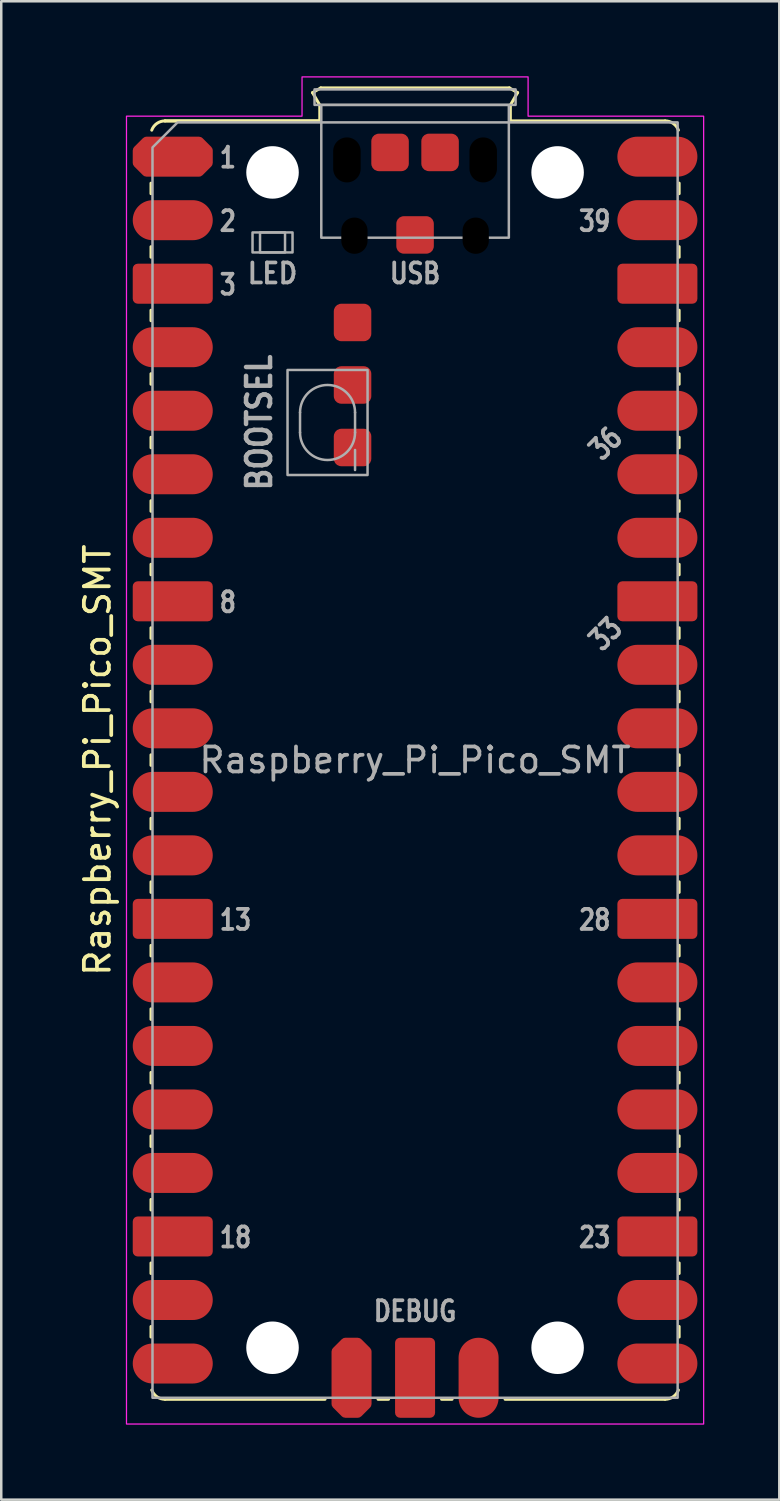
<source format=kicad_pcb>
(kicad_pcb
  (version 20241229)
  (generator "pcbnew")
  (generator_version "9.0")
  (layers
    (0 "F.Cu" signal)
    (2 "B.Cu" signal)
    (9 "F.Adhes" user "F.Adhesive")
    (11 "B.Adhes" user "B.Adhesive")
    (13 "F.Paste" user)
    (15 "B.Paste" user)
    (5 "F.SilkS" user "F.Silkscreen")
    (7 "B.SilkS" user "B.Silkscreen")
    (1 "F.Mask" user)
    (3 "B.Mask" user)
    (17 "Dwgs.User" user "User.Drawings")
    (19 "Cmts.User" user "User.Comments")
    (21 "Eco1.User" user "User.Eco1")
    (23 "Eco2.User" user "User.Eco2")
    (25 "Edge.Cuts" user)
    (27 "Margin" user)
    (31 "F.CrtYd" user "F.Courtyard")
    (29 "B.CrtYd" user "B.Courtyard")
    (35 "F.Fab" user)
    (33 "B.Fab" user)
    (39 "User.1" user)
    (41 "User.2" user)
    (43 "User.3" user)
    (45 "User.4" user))
  (footprint "Raspberry_Pi_Pico_SMT"
    (layer "F.Cu")
    (at 4.658 3.215)
    (property "Reference" "Raspberry_Pi_Pico_SMT" (at -3.81 24.13 270) (layer "F.SilkS") (effects (font (size 1 1) (thickness 0.15))))
    (attr through_hole)
    (fp_line (start -1.67 1.06) (end -1.67 1.48) (stroke (width 0.12) (type solid)) (layer "F.SilkS"))
    (fp_line (start -1.67 3.6) (end -1.67 4.02) (stroke (width 0.12) (type solid)) (layer "F.SilkS"))
    (fp_line (start -1.67 6.14) (end -1.67 6.56) (stroke (width 0.12) (type solid)) (layer "F.SilkS"))
    (fp_line (start -1.67 8.68) (end -1.67 9.1) (stroke (width 0.12) (type solid)) (layer "F.SilkS"))
    (fp_line (start -1.67 11.22) (end -1.67 11.64) (stroke (width 0.12) (type solid)) (layer "F.SilkS"))
    (fp_line (start -1.67 13.76) (end -1.67 14.18) (stroke (width 0.12) (type solid)) (layer "F.SilkS"))
    (fp_line (start -1.67 16.3) (end -1.67 16.72) (stroke (width 0.12) (type solid)) (layer "F.SilkS"))
    (fp_line (start -1.67 18.84) (end -1.67 19.26) (stroke (width 0.12) (type solid)) (layer "F.SilkS"))
    (fp_line (start -1.67 21.38) (end -1.67 21.8) (stroke (width 0.12) (type solid)) (layer "F.SilkS"))
    (fp_line (start -1.67 23.92) (end -1.67 24.34) (stroke (width 0.12) (type solid)) (layer "F.SilkS"))
    (fp_line (start -1.67 26.46) (end -1.67 26.88) (stroke (width 0.12) (type solid)) (layer "F.SilkS"))
    (fp_line (start -1.67 29) (end -1.67 29.42) (stroke (width 0.12) (type solid)) (layer "F.SilkS"))
    (fp_line (start -1.67 31.54) (end -1.67 31.96) (stroke (width 0.12) (type solid)) (layer "F.SilkS"))
    (fp_line (start -1.67 34.08) (end -1.67 34.5) (stroke (width 0.12) (type solid)) (layer "F.SilkS"))
    (fp_line (start -1.67 36.62) (end -1.67 37.04) (stroke (width 0.12) (type solid)) (layer "F.SilkS"))
    (fp_line (start -1.67 39.16) (end -1.67 39.58) (stroke (width 0.12) (type solid)) (layer "F.SilkS"))
    (fp_line (start -1.67 41.7) (end -1.67 42.12) (stroke (width 0.12) (type solid)) (layer "F.SilkS"))
    (fp_line (start -1.67 44.24) (end -1.67 44.66) (stroke (width 0.12) (type solid)) (layer "F.SilkS"))
    (fp_line (start -1.67 46.78) (end -1.67 47.2) (stroke (width 0.12) (type solid)) (layer "F.SilkS"))
    (fp_line (start -1.11 -1.43) (end 5.08 -1.43) (stroke (width 0.12) (type solid)) (layer "F.SilkS"))
    (fp_line (start -1.11 49.69) (end 5.29 49.69) (stroke (width 0.12) (type solid)) (layer "F.SilkS"))
    (fp_line (start 4.79 -2.56) (end 5.12 -2.75) (stroke (width 0.12) (type solid)) (layer "F.SilkS"))
    (fp_line (start 5.08 -2.06) (end 4.79 -2.56) (stroke (width 0.12) (type solid)) (layer "F.SilkS"))
    (fp_line (start 5.08 -1.43) (end -1.11 -1.43) (stroke (width 0.12) (type solid)) (layer "F.SilkS"))
    (fp_line (start 5.08 -1.43) (end 5.08 -2.06) (stroke (width 0.12) (type solid)) (layer "F.SilkS"))
    (fp_line (start 5.12 -2.75) (end 12.66 -2.75) (stroke (width 0.12) (type solid)) (layer "F.SilkS"))
    (fp_line (start 7.41 49.69) (end 7.83 49.69) (stroke (width 0.12) (type solid)) (layer "F.SilkS"))
    (fp_line (start 9.95 49.69) (end 10.37 49.69) (stroke (width 0.12) (type solid)) (layer "F.SilkS"))
    (fp_line (start 12.49 49.69) (end 18.89 49.69) (stroke (width 0.12) (type solid)) (layer "F.SilkS"))
    (fp_line (start 12.66 -2.75) (end 12.99 -2.56) (stroke (width 0.12) (type solid)) (layer "F.SilkS"))
    (fp_line (start 12.7 -2.06) (end 12.7 -1.43) (stroke (width 0.12) (type solid)) (layer "F.SilkS"))
    (fp_line (start 12.99 -2.56) (end 12.7 -2.06) (stroke (width 0.12) (type solid)) (layer "F.SilkS"))
    (fp_line (start 18.89 -1.43) (end 12.7 -1.43) (stroke (width 0.12) (type solid)) (layer "F.SilkS"))
    (fp_line (start 19.45 1.06) (end 19.45 1.48) (stroke (width 0.12) (type solid)) (layer "F.SilkS"))
    (fp_line (start 19.45 3.6) (end 19.45 4.02) (stroke (width 0.12) (type solid)) (layer "F.SilkS"))
    (fp_line (start 19.45 6.14) (end 19.45 6.56) (stroke (width 0.12) (type solid)) (layer "F.SilkS"))
    (fp_line (start 19.45 8.68) (end 19.45 9.1) (stroke (width 0.12) (type solid)) (layer "F.SilkS"))
    (fp_line (start 19.45 11.22) (end 19.45 11.64) (stroke (width 0.12) (type solid)) (layer "F.SilkS"))
    (fp_line (start 19.45 13.76) (end 19.45 14.18) (stroke (width 0.12) (type solid)) (layer "F.SilkS"))
    (fp_line (start 19.45 16.3) (end 19.45 16.72) (stroke (width 0.12) (type solid)) (layer "F.SilkS"))
    (fp_line (start 19.45 18.84) (end 19.45 19.26) (stroke (width 0.12) (type solid)) (layer "F.SilkS"))
    (fp_line (start 19.45 21.38) (end 19.45 21.8) (stroke (width 0.12) (type solid)) (layer "F.SilkS"))
    (fp_line (start 19.45 23.92) (end 19.45 24.34) (stroke (width 0.12) (type solid)) (layer "F.SilkS"))
    (fp_line (start 19.45 26.46) (end 19.45 26.88) (stroke (width 0.12) (type solid)) (layer "F.SilkS"))
    (fp_line (start 19.45 29) (end 19.45 29.42) (stroke (width 0.12) (type solid)) (layer "F.SilkS"))
    (fp_line (start 19.45 31.54) (end 19.45 31.96) (stroke (width 0.12) (type solid)) (layer "F.SilkS"))
    (fp_line (start 19.45 34.08) (end 19.45 34.5) (stroke (width 0.12) (type solid)) (layer "F.SilkS"))
    (fp_line (start 19.45 36.62) (end 19.45 37.04) (stroke (width 0.12) (type solid)) (layer "F.SilkS"))
    (fp_line (start 19.45 39.16) (end 19.45 39.58) (stroke (width 0.12) (type solid)) (layer "F.SilkS"))
    (fp_line (start 19.45 41.7) (end 19.45 42.12) (stroke (width 0.12) (type solid)) (layer "F.SilkS"))
    (fp_line (start 19.45 44.24) (end 19.45 44.66) (stroke (width 0.12) (type solid)) (layer "F.SilkS"))
    (fp_line (start 19.45 46.78) (end 19.45 47.2) (stroke (width 0.12) (type solid)) (layer "F.SilkS"))
    (fp_arc (start -1.64 -1.06) (mid -1.433508 -1.328808) (end -1.11 -1.43) (stroke (width 0.12) (type solid)) (layer "F.SilkS"))
    (fp_arc (start -1.11 49.69) (mid -1.433508 49.588809) (end -1.64 49.32) (stroke (width 0.12) (type solid)) (layer "F.SilkS"))
    (fp_arc (start 18.89 -1.43) (mid 19.213508 -1.328809) (end 19.42 -1.06) (stroke (width 0.12) (type solid)) (layer "F.SilkS"))
    (fp_arc (start 19.42 49.32) (mid 19.213508 49.588808) (end 18.89 49.69) (stroke (width 0.12) (type solid)) (layer "F.SilkS"))
    (fp_poly (pts (xy 13.41 -1.62) (xy 20.43 -1.62) (xy 20.43 50.68) (xy -2.65 50.68) (xy -2.65 -1.62) (xy 4.37 -1.62) (xy 4.37 -3.19) (xy 13.41 -3.19)) (stroke (width 0.05) (type solid)) (fill no) (layer "F.CrtYd"))
    (fp_line (start 4.29 10.23) (end 4.29 11.03) (stroke (width 0.1) (type solid)) (layer "F.Fab"))
    (fp_line (start 6.49 10.23) (end 6.49 11.03) (stroke (width 0.1) (type solid)) (layer "F.Fab"))
    (fp_line (start 6.49 11.73) (end 6.49 12.53) (stroke (width 0.1) (type solid)) (layer "F.Fab"))
    (fp_rect (start 2.39 3.03) (end 3.99 3.83) (stroke (width 0.1) (type solid)) (fill no) (layer "F.Fab"))
    (fp_rect (start 2.69 3.03) (end 3.69 3.83) (stroke (width 0.1) (type solid)) (fill no) (layer "F.Fab"))
    (fp_rect (start 3.79 8.53) (end 6.99 12.73) (stroke (width 0.1) (type solid)) (fill no) (layer "F.Fab"))
    (fp_rect (start 4.87 -2.69) (end 12.91 -2.07) (stroke (width 0.1) (type solid)) (fill no) (layer "F.Fab"))
    (fp_rect (start 5.14 -2.07) (end 12.64 3.24) (stroke (width 0.1) (type solid)) (fill no) (layer "F.Fab"))
    (fp_arc (start 4.29 10.23) (mid 5.39 9.13) (end 6.49 10.23) (stroke (width 0.1) (type solid)) (layer "F.Fab"))
    (fp_arc (start 6.49 11.03) (mid 5.39 12.13) (end 4.29 11.03) (stroke (width 0.1) (type solid)) (layer "F.Fab"))
    (fp_poly (pts (xy 19.39 49.63) (xy -1.61 49.63) (xy -1.61 -0.37) (xy -0.61 -1.37) (xy 19.39 -1.37)) (stroke (width 0.1) (type solid)) (fill no) (layer "F.Fab"))
    (fp_text user "${REFERENCE}" (at 8.89 24.13 0) (unlocked yes) (layer "F.Fab") (effects (font (size 1 1) (thickness 0.15))))
    (fp_text user "LED" (at 3.19 4.668 0) (unlocked yes) (layer "F.Fab") (effects (font (size 0.8 0.72) (thickness 0.15))))
    (fp_text user "DEBUG" (at 8.89 46.168 0) (unlocked yes) (layer "F.Fab") (effects (font (size 0.8 0.66) (thickness 0.15))))
    (fp_text user "39" (at 16.78 2.578 0) (unlocked yes) (layer "F.Fab") (effects (font (size 0.8 0.64) (thickness 0.15)) (justify right)))
    (fp_text user "33" (at 16.51 19.088 45) (unlocked yes) (layer "F.Fab") (effects (font (size 0.8 0.64) (thickness 0.15))))
    (fp_text user "36" (at 16.51 11.468 45) (unlocked yes) (layer "F.Fab") (effects (font (size 0.8 0.64) (thickness 0.15))))
    (fp_text user "23" (at 16.78 43.218 0) (unlocked yes) (layer "F.Fab") (effects (font (size 0.8 0.64) (thickness 0.15)) (justify right)))
    (fp_text user "13" (at 1 30.518 0) (unlocked yes) (layer "F.Fab") (effects (font (size 0.8 0.64) (thickness 0.15)) (justify left)))
    (fp_text user "18" (at 1 43.218 0) (unlocked yes) (layer "F.Fab") (effects (font (size 0.8 0.64) (thickness 0.15)) (justify left)))
    (fp_text user "USB" (at 8.89 4.668 0) (unlocked yes) (layer "F.Fab") (effects (font (size 0.8 0.66) (thickness 0.15))))
    (fp_text user "28" (at 16.78 30.518 0) (unlocked yes) (layer "F.Fab") (effects (font (size 0.8 0.64) (thickness 0.15)) (justify right)))
    (fp_text user "8" (at 1 17.818 0) (unlocked yes) (layer "F.Fab") (effects (font (size 0.8 0.64) (thickness 0.15)) (justify left)))
    (fp_text user "1" (at 1 0.038 0) (unlocked yes) (layer "F.Fab") (effects (font (size 0.8 0.64) (thickness 0.15)) (justify left)))
    (fp_text user "3" (at 1 5.118 0) (unlocked yes) (layer "F.Fab") (effects (font (size 0.8 0.64) (thickness 0.15)) (justify left)))
    (fp_text user "2" (at 1 2.578 0) (unlocked yes) (layer "F.Fab") (effects (font (size 0.8 0.64) (thickness 0.15)) (justify left)))
    (fp_text user "BOOTSEL" (at 2.656 10.63 90) (unlocked yes) (layer "F.Fab") (effects (font (size 0.96 0.825) (thickness 0.18))))
    (pad "" np_thru_hole circle (at 3.19 0.63) (size 2.1 2.1) (drill 2.1) (layers "*.Cu" "*.Mask"))
    (pad "" np_thru_hole circle (at 3.19 47.63) (size 2.1 2.1) (drill 2.1) (layers "*.Cu" "*.Mask"))
    (pad "" np_thru_hole oval (at 6.165 0.13) (size 1.1 1.8) (drill oval 1.1 1.8) (layers "*.Mask"))
    (pad "" np_thru_hole oval (at 6.465 3.16) (size 1.05 1.45) (drill oval 1.05 1.45) (layers "*.Mask"))
    (pad "" np_thru_hole oval (at 11.315 3.16) (size 1.05 1.45) (drill oval 1.05 1.45) (layers "*.Mask"))
    (pad "" np_thru_hole oval (at 11.615 0.13) (size 1.1 1.8) (drill oval 1.1 1.8) (layers "*.Mask"))
    (pad "" np_thru_hole circle (at 14.59 0.63) (size 2.1 2.1) (drill 2.1) (layers "*.Cu" "*.Mask"))
    (pad "" np_thru_hole circle (at 14.59 47.63) (size 2.1 2.1) (drill 2.1) (layers "*.Cu" "*.Mask"))
    (pad "1" smd custom (at -1.6 0) (size 1.6 1.6) (layers "F.Cu" "F.Mask") (options (anchor circle)) (primitives (gr_poly (pts (xy 2.2 0.249) (xy 1.849 0.6) (xy -0.249 0.6) (xy -0.6 0.249) (xy -0.6 -0.249) (xy -0.249 -0.6) (xy 1.849 -0.6) (xy 2.2 -0.249)) (width 0.4) (fill yes))))
    (pad "2" smd oval (at -1.6 2.54) (size 3.2 1.6) (drill (offset 0.8 0)) (layers "F.Cu" "F.Mask"))
    (pad "3" smd roundrect (at -1.6 5.08) (size 3.2 1.6) (drill (offset 0.8 0)) (layers "F.Cu" "F.Mask") (roundrect_rratio 0.125))
    (pad "4" smd oval (at -1.6 7.62) (size 3.2 1.6) (drill (offset 0.8 0)) (layers "F.Cu" "F.Mask"))
    (pad "5" smd oval (at -1.6 10.16) (size 3.2 1.6) (drill (offset 0.8 0)) (layers "F.Cu" "F.Mask"))
    (pad "6" smd oval (at -1.6 12.7) (size 3.2 1.6) (drill (offset 0.8 0)) (layers "F.Cu" "F.Mask"))
    (pad "7" smd oval (at -1.6 15.24) (size 3.2 1.6) (drill (offset 0.8 0)) (layers "F.Cu" "F.Mask"))
    (pad "8" smd roundrect (at -1.6 17.78) (size 3.2 1.6) (drill (offset 0.8 0)) (layers "F.Cu" "F.Mask") (roundrect_rratio 0.125))
    (pad "9" smd oval (at -1.6 20.32) (size 3.2 1.6) (drill (offset 0.8 0)) (layers "F.Cu" "F.Mask"))
    (pad "10" smd oval (at -1.6 22.86) (size 3.2 1.6) (drill (offset 0.8 0)) (layers "F.Cu" "F.Mask"))
    (pad "11" smd oval (at -1.6 25.4) (size 3.2 1.6) (drill (offset 0.8 0)) (layers "F.Cu" "F.Mask"))
    (pad "12" smd oval (at -1.6 27.94) (size 3.2 1.6) (drill (offset 0.8 0)) (layers "F.Cu" "F.Mask"))
    (pad "13" smd roundrect (at -1.6 30.48) (size 3.2 1.6) (drill (offset 0.8 0)) (layers "F.Cu" "F.Mask") (roundrect_rratio 0.125))
    (pad "14" smd oval (at -1.6 33.02) (size 3.2 1.6) (drill (offset 0.8 0)) (layers "F.Cu" "F.Mask"))
    (pad "15" smd oval (at -1.6 35.56) (size 3.2 1.6) (drill (offset 0.8 0)) (layers "F.Cu" "F.Mask"))
    (pad "16" smd oval (at -1.6 38.1) (size 3.2 1.6) (drill (offset 0.8 0)) (layers "F.Cu" "F.Mask"))
    (pad "17" smd oval (at -1.6 40.64) (size 3.2 1.6) (drill (offset 0.8 0)) (layers "F.Cu" "F.Mask"))
    (pad "18" smd roundrect (at -1.6 43.18) (size 3.2 1.6) (drill (offset 0.8 0)) (layers "F.Cu" "F.Mask") (roundrect_rratio 0.125))
    (pad "19" smd oval (at -1.6 45.72) (size 3.2 1.6) (drill (offset 0.8 0)) (layers "F.Cu" "F.Mask"))
    (pad "20" smd oval (at -1.6 48.26) (size 3.2 1.6) (drill (offset 0.8 0)) (layers "F.Cu" "F.Mask"))
    (pad "21" smd oval (at 19.38 48.26) (size 3.2 1.6) (drill (offset -0.8 0)) (layers "F.Cu" "F.Mask"))
    (pad "22" smd oval (at 19.38 45.72) (size 3.2 1.6) (drill (offset -0.8 0)) (layers "F.Cu" "F.Mask"))
    (pad "23" smd roundrect (at 19.38 43.18) (size 3.2 1.6) (drill (offset -0.8 0)) (layers "F.Cu" "F.Mask") (roundrect_rratio 0.125))
    (pad "24" smd oval (at 19.38 40.64) (size 3.2 1.6) (drill (offset -0.8 0)) (layers "F.Cu" "F.Mask"))
    (pad "25" smd oval (at 19.38 38.1) (size 3.2 1.6) (drill (offset -0.8 0)) (layers "F.Cu" "F.Mask"))
    (pad "26" smd oval (at 19.38 35.56) (size 3.2 1.6) (drill (offset -0.8 0)) (layers "F.Cu" "F.Mask"))
    (pad "27" smd oval (at 19.38 33.02) (size 3.2 1.6) (drill (offset -0.8 0)) (layers "F.Cu" "F.Mask"))
    (pad "28" smd roundrect (at 19.38 30.48) (size 3.2 1.6) (drill (offset -0.8 0)) (layers "F.Cu" "F.Mask") (roundrect_rratio 0.125))
    (pad "29" smd oval (at 19.38 27.94) (size 3.2 1.6) (drill (offset -0.8 0)) (layers "F.Cu" "F.Mask"))
    (pad "30" smd oval (at 19.38 25.4) (size 3.2 1.6) (drill (offset -0.8 0)) (layers "F.Cu" "F.Mask"))
    (pad "31" smd oval (at 19.38 22.86) (size 3.2 1.6) (drill (offset -0.8 0)) (layers "F.Cu" "F.Mask"))
    (pad "32" smd oval (at 19.38 20.32) (size 3.2 1.6) (drill (offset -0.8 0)) (layers "F.Cu" "F.Mask"))
    (pad "33" smd roundrect (at 19.38 17.78) (size 3.2 1.6) (drill (offset -0.8 0)) (layers "F.Cu" "F.Mask") (roundrect_rratio 0.125))
    (pad "34" smd oval (at 19.38 15.24) (size 3.2 1.6) (drill (offset -0.8 0)) (layers "F.Cu" "F.Mask"))
    (pad "35" smd oval (at 19.38 12.7) (size 3.2 1.6) (drill (offset -0.8 0)) (layers "F.Cu" "F.Mask"))
    (pad "36" smd oval (at 19.38 10.16) (size 3.2 1.6) (drill (offset -0.8 0)) (layers "F.Cu" "F.Mask"))
    (pad "37" smd oval (at 19.38 7.62) (size 3.2 1.6) (drill (offset -0.8 0)) (layers "F.Cu" "F.Mask"))
    (pad "38" smd roundrect (at 19.38 5.08) (size 3.2 1.6) (drill (offset -0.8 0)) (layers "F.Cu" "F.Mask") (roundrect_rratio 0.125))
    (pad "39" smd oval (at 19.38 2.54) (size 3.2 1.6) (drill (offset -0.8 0)) (layers "F.Cu" "F.Mask"))
    (pad "40" smd oval (at 19.38 0) (size 3.2 1.6) (drill (offset -0.8 0)) (layers "F.Cu" "F.Mask"))
    (pad "41" smd custom (at 6.35 49.63) (size 1.6 1.6) (layers "F.Cu" "F.Mask") (options (anchor circle)) (primitives (gr_poly (pts (xy 0.6 0.249) (xy 0.249 0.6) (xy -0.249 0.6) (xy -0.6 0.249) (xy -0.6 -1.849) (xy -0.249 -2.2) (xy 0.249 -2.2) (xy 0.6 -1.849)) (width 0.4) (fill yes))))
    (pad "42" smd roundrect (at 8.89 49.63) (size 1.6 3.2) (drill (offset 0 -0.8)) (layers "F.Cu" "F.Mask") (roundrect_rratio 0.125))
    (pad "43" smd oval (at 11.43 49.63) (size 1.6 3.2) (drill (offset 0 -0.8)) (layers "F.Cu" "F.Mask"))
    (pad "51" smd roundrect (at 8.89 3.13) (size 1.5 1.5) (property pad_prop_testpoint) (layers "F.Cu" "F.Mask") (roundrect_rratio 0.2))
    (pad "52" smd roundrect (at 9.89 -0.17) (size 1.5 1.5) (property pad_prop_testpoint) (layers "F.Cu" "F.Mask") (roundrect_rratio 0.2))
    (pad "53" smd roundrect (at 7.89 -0.17) (size 1.5 1.5) (property pad_prop_testpoint) (layers "F.Cu" "F.Mask") (roundrect_rratio 0.2))
    (pad "54" smd roundrect (at 6.39 6.63) (size 1.5 1.5) (property pad_prop_testpoint) (layers "F.Cu" "F.Mask") (roundrect_rratio 0.2))
    (pad "55" smd roundrect (at 6.39 9.13) (size 1.5 1.5) (property pad_prop_testpoint) (layers "F.Cu" "F.Mask") (roundrect_rratio 0.2))
    (pad "56" smd roundrect (at 6.39 11.63) (size 1.5 1.5) (property pad_prop_testpoint) (layers "F.Cu" "F.Mask") (roundrect_rratio 0.2))
    (zone (net_name "") (layer "F.Cu") (name "Test Point Keepout") (hatch full 0.508) (connect_pads) (min_thickness 0.254) (filled_areas_thickness no) (keepout (tracks not_allowed) (vias not_allowed) (pads allowed) (copperpour not_allowed) (footprints allowed)) (placement (enabled no)) (fill) (polygon (pts (xy 12.098 10.895) (xy 9.998 10.895) (xy 9.998 8.795) (xy 12.098 8.795))))
    (zone (net_name "") (layer "F.Cu") (name "Test Point Keepout") (hatch full 0.508) (connect_pads) (min_thickness 0.254) (filled_areas_thickness no) (keepout (tracks not_allowed) (vias not_allowed) (pads allowed) (copperpour not_allowed) (footprints allowed)) (placement (enabled no)) (fill) (polygon (pts (xy 12.098 13.395) (xy 9.998 13.395) (xy 9.998 11.295) (xy 12.098 11.295))))
    (zone (net_name "") (layer "F.Cu") (name "Test Point Keepout") (hatch full 0.508) (connect_pads) (min_thickness 0.254) (filled_areas_thickness no) (keepout (tracks not_allowed) (vias not_allowed) (pads allowed) (copperpour not_allowed) (footprints allowed)) (placement (enabled no)) (fill) (polygon (pts (xy 12.098 15.895) (xy 9.998 15.895) (xy 9.998 13.795) (xy 12.098 13.795))))
    (zone (net_name "") (layer "F.Cu") (name "Test Point Keepout") (hatch full 0.508) (connect_pads) (min_thickness 0.254) (filled_areas_thickness no) (keepout (tracks not_allowed) (vias not_allowed) (pads allowed) (copperpour not_allowed) (footprints allowed)) (placement (enabled no)) (fill) (polygon (pts (xy 14.598 7.395) (xy 12.498 7.395) (xy 12.498 5.295) (xy 14.598 5.295))))
    (zone (net_name "") (layer "F.Cu") (name "Test Point Keepout") (hatch full 0.508) (connect_pads) (min_thickness 0.254) (filled_areas_thickness no) (keepout (tracks not_allowed) (vias not_allowed) (pads allowed) (copperpour not_allowed) (footprints allowed)) (placement (enabled no)) (fill) (polygon (pts (xy 15.598 4.095) (xy 11.498 4.095) (xy 11.498 1.995) (xy 15.598 1.995)))))
  (gr_rect
    (start -3 -3)
    (end 28.113 56.92)
    (stroke (width 0.1) (type default))
    (fill no)
    (layer "Edge.Cuts")))
</source>
